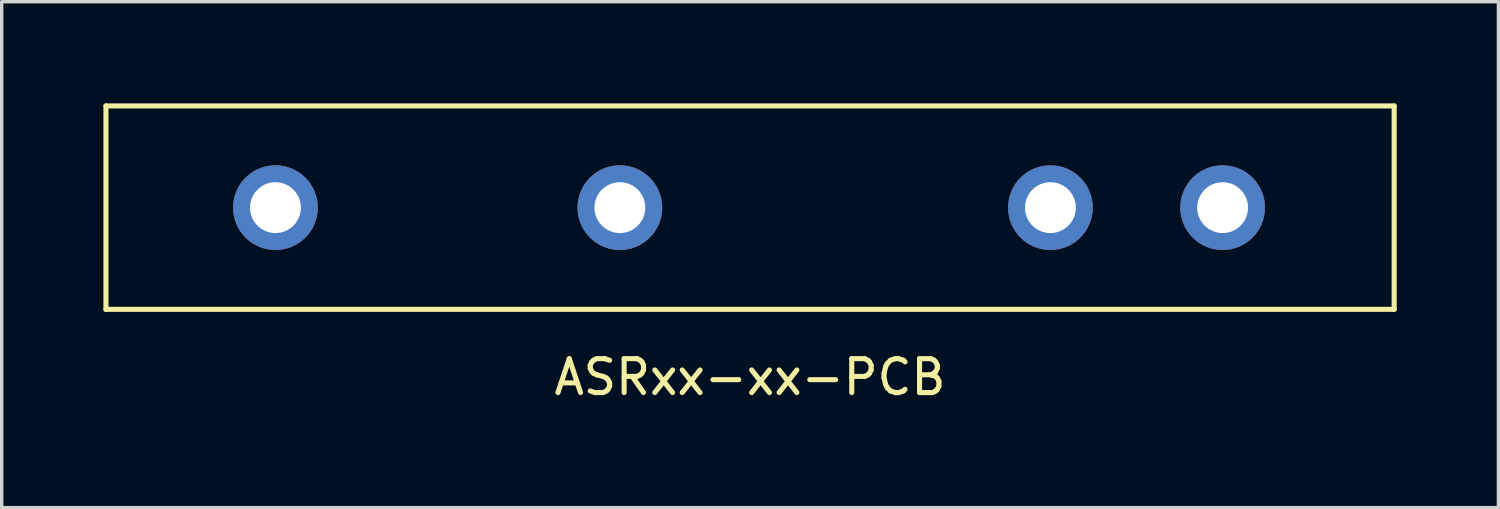
<source format=kicad_pcb>
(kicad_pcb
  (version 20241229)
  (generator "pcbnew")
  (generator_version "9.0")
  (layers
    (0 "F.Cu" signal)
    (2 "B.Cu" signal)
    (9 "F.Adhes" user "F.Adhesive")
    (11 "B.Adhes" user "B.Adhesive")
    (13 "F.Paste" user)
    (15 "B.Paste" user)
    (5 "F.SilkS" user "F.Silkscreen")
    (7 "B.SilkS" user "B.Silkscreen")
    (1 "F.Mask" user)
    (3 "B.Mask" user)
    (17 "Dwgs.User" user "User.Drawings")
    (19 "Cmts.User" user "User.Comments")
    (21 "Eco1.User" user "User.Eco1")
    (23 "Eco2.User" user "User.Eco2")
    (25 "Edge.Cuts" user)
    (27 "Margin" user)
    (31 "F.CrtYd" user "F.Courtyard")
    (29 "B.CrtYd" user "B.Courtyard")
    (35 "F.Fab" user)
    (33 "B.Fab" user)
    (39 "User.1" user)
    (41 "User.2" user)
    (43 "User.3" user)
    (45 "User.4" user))
  (footprint "ASRxx-xx-PCB"
    (layer "F.Cu")
    (at 19.075 3.075)
    (property "Reference" "ASRxx-xx-PCB" (at 0 5 0) (layer "F.SilkS") (effects (font (size 1 1) (thickness 0.15))))
    (attr through_hole)
    (fp_line (start -19 -3) (end 19 -3) (stroke (width 0.15) (type solid)) (layer "F.SilkS"))
    (fp_line (start -19 3) (end -19 -3) (stroke (width 0.15) (type solid)) (layer "F.SilkS"))
    (fp_line (start 19 -3) (end 19 3) (stroke (width 0.15) (type solid)) (layer "F.SilkS"))
    (fp_line (start 19 3) (end -19 3) (stroke (width 0.15) (type solid)) (layer "F.SilkS"))
    (pad "1" thru_hole circle (at 13.94 0) (size 2.5 2.5) (drill 1.5) (layers "*.Cu" "*.Mask"))
    (pad "2" thru_hole circle (at 8.86 0) (size 2.5 2.5) (drill 1.5) (layers "*.Cu" "*.Mask"))
    (pad "3" thru_hole circle (at -3.84 0) (size 2.5 2.5) (drill 1.5) (layers "*.Cu" "*.Mask"))
    (pad "4" thru_hole circle (at -14 0) (size 2.5 2.5) (drill 1.5) (layers "*.Cu" "*.Mask")))
  (gr_rect
    (start -3 -3)
    (end 41.15 11.923)
    (stroke (width 0.1) (type default))
    (fill no)
    (layer "Edge.Cuts")))
</source>
